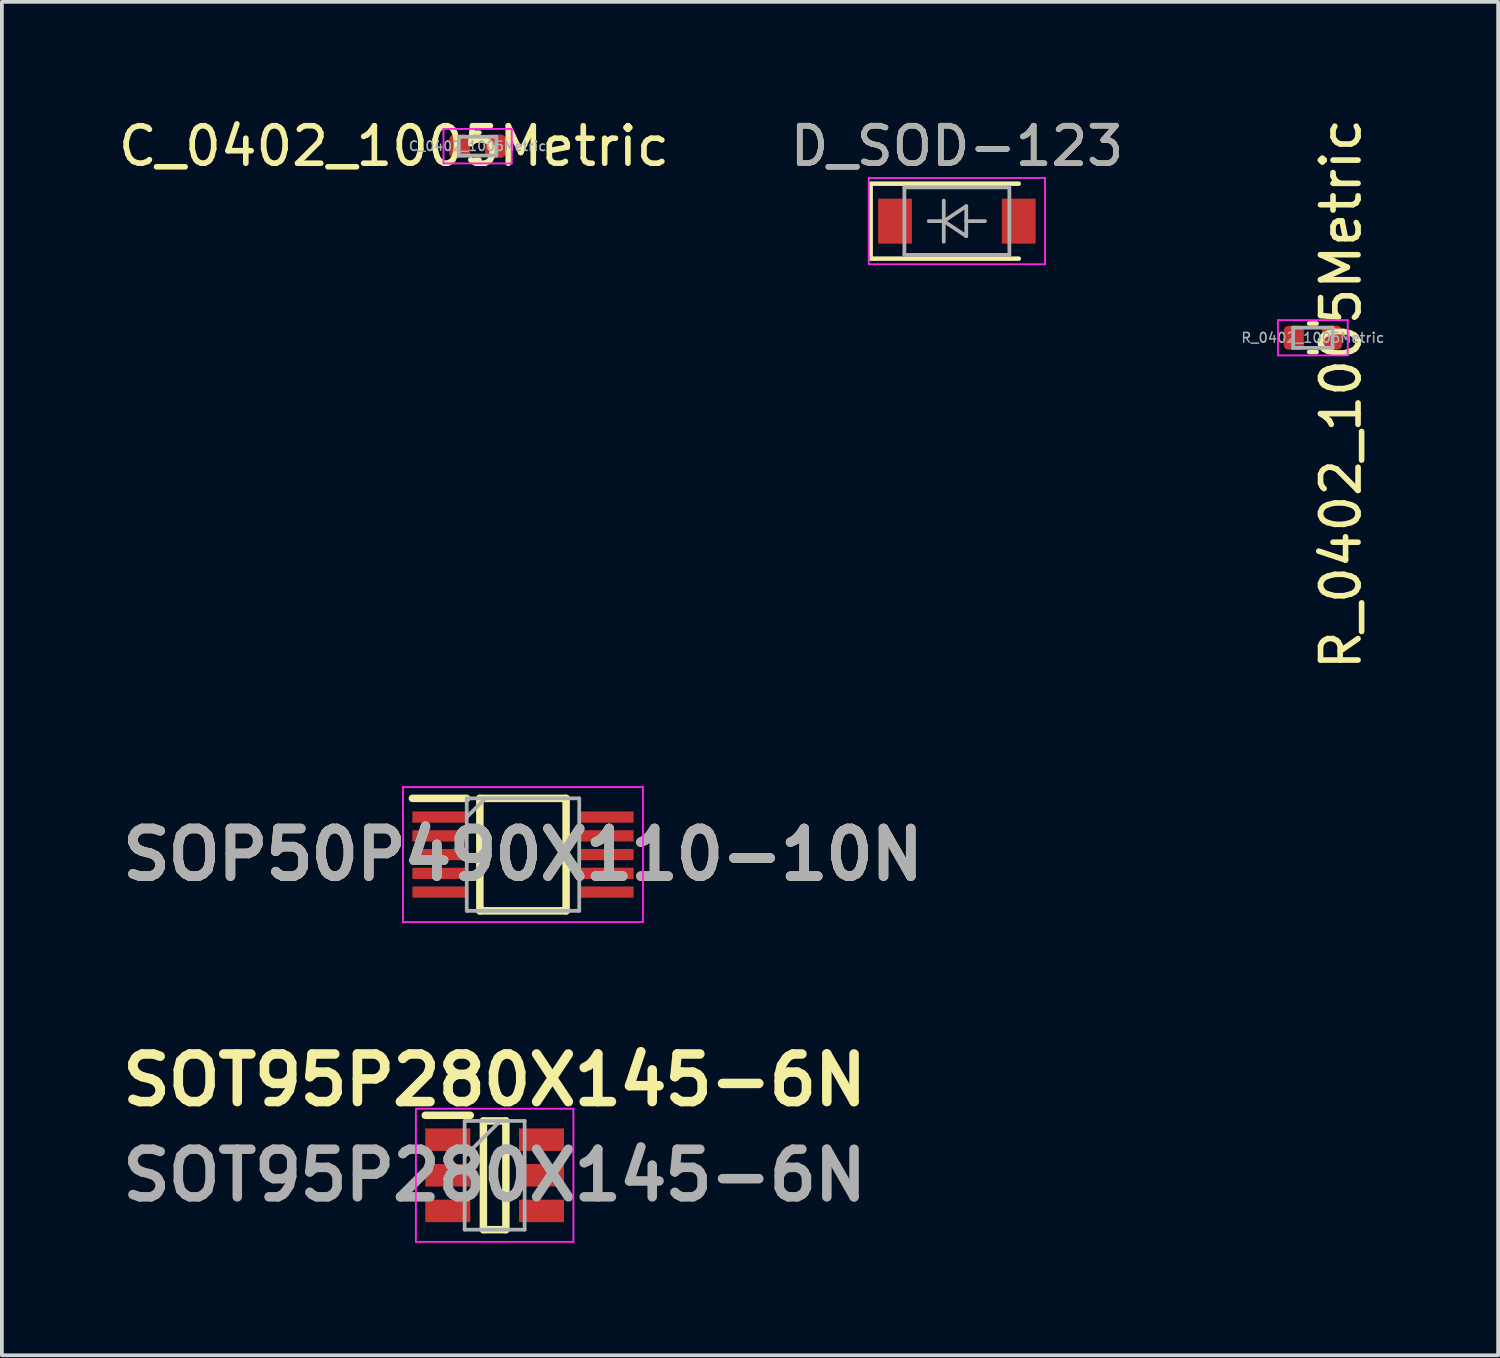
<source format=kicad_pcb>
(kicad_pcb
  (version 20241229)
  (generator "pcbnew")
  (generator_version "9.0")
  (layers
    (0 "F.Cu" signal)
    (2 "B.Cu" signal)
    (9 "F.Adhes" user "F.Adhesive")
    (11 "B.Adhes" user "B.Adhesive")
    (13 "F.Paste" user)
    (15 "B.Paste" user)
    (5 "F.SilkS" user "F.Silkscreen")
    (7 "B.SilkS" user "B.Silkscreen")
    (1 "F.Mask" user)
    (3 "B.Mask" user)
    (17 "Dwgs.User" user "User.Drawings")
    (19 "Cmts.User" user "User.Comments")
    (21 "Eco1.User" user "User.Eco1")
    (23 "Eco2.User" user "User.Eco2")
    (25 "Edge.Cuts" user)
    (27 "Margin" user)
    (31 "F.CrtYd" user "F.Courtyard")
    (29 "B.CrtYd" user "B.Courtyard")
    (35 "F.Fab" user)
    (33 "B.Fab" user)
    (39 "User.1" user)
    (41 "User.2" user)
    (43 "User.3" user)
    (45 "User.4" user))
  (footprint "SOT95P280X145-6N"
    (layer "F.Cu")
    (at 10.142 28.295)
    (property "Reference" "SOT95P280X145-6N" (at 0 -2.54 0) (layer "F.SilkS") (effects (font (size 1.27 1.27) (thickness 0.254))))
    (attr smd)
    (fp_line (start -1.85 -1.6) (end -0.65 -1.6) (stroke (width 0.2) (type solid)) (layer "F.SilkS"))
    (fp_line (start -0.3 -1.45) (end 0.3 -1.45) (stroke (width 0.2) (type solid)) (layer "F.SilkS"))
    (fp_line (start -0.3 1.45) (end -0.3 -1.45) (stroke (width 0.2) (type solid)) (layer "F.SilkS"))
    (fp_line (start 0.3 -1.45) (end 0.3 1.45) (stroke (width 0.2) (type solid)) (layer "F.SilkS"))
    (fp_line (start 0.3 1.45) (end -0.3 1.45) (stroke (width 0.2) (type solid)) (layer "F.SilkS"))
    (fp_line (start -2.1 -1.775) (end 2.1 -1.775) (stroke (width 0.05) (type solid)) (layer "F.CrtYd"))
    (fp_line (start -2.1 1.775) (end -2.1 -1.775) (stroke (width 0.05) (type solid)) (layer "F.CrtYd"))
    (fp_line (start 2.1 -1.775) (end 2.1 1.775) (stroke (width 0.05) (type solid)) (layer "F.CrtYd"))
    (fp_line (start 2.1 1.775) (end -2.1 1.775) (stroke (width 0.05) (type solid)) (layer "F.CrtYd"))
    (fp_line (start -0.8 -1.45) (end 0.8 -1.45) (stroke (width 0.1) (type solid)) (layer "F.Fab"))
    (fp_line (start -0.8 -0.5) (end 0.15 -1.45) (stroke (width 0.1) (type solid)) (layer "F.Fab"))
    (fp_line (start -0.8 1.45) (end -0.8 -1.45) (stroke (width 0.1) (type solid)) (layer "F.Fab"))
    (fp_line (start 0.8 -1.45) (end 0.8 1.45) (stroke (width 0.1) (type solid)) (layer "F.Fab"))
    (fp_line (start 0.8 1.45) (end -0.8 1.45) (stroke (width 0.1) (type solid)) (layer "F.Fab"))
    (fp_text user "${REFERENCE}" (at 0 0 0) (layer "F.Fab") (effects (font (size 1.27 1.27) (thickness 0.254))))
    (pad "1" smd rect (at -1.25 -0.95 90) (size 0.6 1.2) (layers "F.Cu" "F.Mask" "F.Paste"))
    (pad "2" smd rect (at -1.25 0 90) (size 0.6 1.2) (layers "F.Cu" "F.Mask" "F.Paste"))
    (pad "3" smd rect (at -1.25 0.95 90) (size 0.6 1.2) (layers "F.Cu" "F.Mask" "F.Paste"))
    (pad "4" smd rect (at 1.25 0.95 90) (size 0.6 1.2) (layers "F.Cu" "F.Mask" "F.Paste"))
    (pad "5" smd rect (at 1.25 0 90) (size 0.6 1.2) (layers "F.Cu" "F.Mask" "F.Paste"))
    (pad "6" smd rect (at 1.25 -0.95 90) (size 0.6 1.2) (layers "F.Cu" "F.Mask" "F.Paste")))
  (footprint "SOP50P490X110-10N"
    (layer "F.Cu")
    (at 10.898 19.742)
    (property "Reference" "SOP50P490X110-10N" (at 0 0 0) (layer "F.SilkS") (effects (font (size 1.27 1.27) (thickness 0.254))))
    (attr smd)
    (fp_line (start -2.95 -1.5) (end -1.5 -1.5) (stroke (width 0.2) (type solid)) (layer "F.SilkS"))
    (fp_line (start -1.15 -1.5) (end 1.15 -1.5) (stroke (width 0.2) (type solid)) (layer "F.SilkS"))
    (fp_line (start -1.15 1.5) (end -1.15 -1.5) (stroke (width 0.2) (type solid)) (layer "F.SilkS"))
    (fp_line (start 1.15 -1.5) (end 1.15 1.5) (stroke (width 0.2) (type solid)) (layer "F.SilkS"))
    (fp_line (start 1.15 1.5) (end -1.15 1.5) (stroke (width 0.2) (type solid)) (layer "F.SilkS"))
    (fp_line (start -3.2 -1.8) (end 3.2 -1.8) (stroke (width 0.05) (type solid)) (layer "F.CrtYd"))
    (fp_line (start -3.2 1.8) (end -3.2 -1.8) (stroke (width 0.05) (type solid)) (layer "F.CrtYd"))
    (fp_line (start 3.2 -1.8) (end 3.2 1.8) (stroke (width 0.05) (type solid)) (layer "F.CrtYd"))
    (fp_line (start 3.2 1.8) (end -3.2 1.8) (stroke (width 0.05) (type solid)) (layer "F.CrtYd"))
    (fp_line (start -1.5 -1.5) (end 1.5 -1.5) (stroke (width 0.1) (type solid)) (layer "F.Fab"))
    (fp_line (start -1.5 -1) (end -1 -1.5) (stroke (width 0.1) (type solid)) (layer "F.Fab"))
    (fp_line (start -1.5 1.5) (end -1.5 -1.5) (stroke (width 0.1) (type solid)) (layer "F.Fab"))
    (fp_line (start 1.5 -1.5) (end 1.5 1.5) (stroke (width 0.1) (type solid)) (layer "F.Fab"))
    (fp_line (start 1.5 1.5) (end -1.5 1.5) (stroke (width 0.1) (type solid)) (layer "F.Fab"))
    (fp_text user "${REFERENCE}" (at 0 0 0) (layer "F.Fab") (effects (font (size 1.27 1.27) (thickness 0.254))))
    (pad "1" smd rect (at -2.225 -1 90) (size 0.3 1.45) (layers "F.Cu" "F.Mask" "F.Paste"))
    (pad "2" smd rect (at -2.225 -0.5 90) (size 0.3 1.45) (layers "F.Cu" "F.Mask" "F.Paste"))
    (pad "3" smd rect (at -2.225 0 90) (size 0.3 1.45) (layers "F.Cu" "F.Mask" "F.Paste"))
    (pad "4" smd rect (at -2.225 0.5 90) (size 0.3 1.45) (layers "F.Cu" "F.Mask" "F.Paste"))
    (pad "5" smd rect (at -2.225 1 90) (size 0.3 1.45) (layers "F.Cu" "F.Mask" "F.Paste"))
    (pad "6" smd rect (at 2.225 1 90) (size 0.3 1.45) (layers "F.Cu" "F.Mask" "F.Paste"))
    (pad "7" smd rect (at 2.225 0.5 90) (size 0.3 1.45) (layers "F.Cu" "F.Mask" "F.Paste"))
    (pad "8" smd rect (at 2.225 0 90) (size 0.3 1.45) (layers "F.Cu" "F.Mask" "F.Paste"))
    (pad "9" smd rect (at 2.225 -0.5 90) (size 0.3 1.45) (layers "F.Cu" "F.Mask" "F.Paste"))
    (pad "10" smd rect (at 2.225 -1 90) (size 0.3 1.45) (layers "F.Cu" "F.Mask" "F.Paste")))
  (footprint "D_SOD-123"
    (layer "F.Cu")
    (at 22.47 2.848)
    (property "Reference" "D_SOD-123" (at 0 -2 180) (layer "F.SilkS") (effects (font (size 1 1) (thickness 0.15))))
    (attr smd)
    (fp_line (start -2.3 -1) (end -2.3 1) (stroke (width 0.12) (type solid)) (layer "F.SilkS"))
    (fp_line (start -2.25 -1) (end 1.65 -1) (stroke (width 0.12) (type solid)) (layer "F.SilkS"))
    (fp_line (start -2.25 1) (end 1.65 1) (stroke (width 0.12) (type solid)) (layer "F.SilkS"))
    (fp_line (start -2.35 -1.15) (end -2.35 1.15) (stroke (width 0.05) (type solid)) (layer "F.CrtYd"))
    (fp_line (start -2.35 -1.15) (end 2.35 -1.15) (stroke (width 0.05) (type solid)) (layer "F.CrtYd"))
    (fp_line (start 2.35 -1.15) (end 2.35 1.15) (stroke (width 0.05) (type solid)) (layer "F.CrtYd"))
    (fp_line (start 2.35 1.15) (end -2.35 1.15) (stroke (width 0.05) (type solid)) (layer "F.CrtYd"))
    (fp_line (start -1.4 -0.9) (end 1.4 -0.9) (stroke (width 0.1) (type solid)) (layer "F.Fab"))
    (fp_line (start -1.4 0.9) (end -1.4 -0.9) (stroke (width 0.1) (type solid)) (layer "F.Fab"))
    (fp_line (start -0.75 0) (end -0.35 0) (stroke (width 0.1) (type solid)) (layer "F.Fab"))
    (fp_line (start -0.35 0) (end -0.35 -0.55) (stroke (width 0.1) (type solid)) (layer "F.Fab"))
    (fp_line (start -0.35 0) (end -0.35 0.55) (stroke (width 0.1) (type solid)) (layer "F.Fab"))
    (fp_line (start -0.35 0) (end 0.25 -0.4) (stroke (width 0.1) (type solid)) (layer "F.Fab"))
    (fp_line (start 0.25 -0.4) (end 0.25 0.4) (stroke (width 0.1) (type solid)) (layer "F.Fab"))
    (fp_line (start 0.25 0) (end 0.75 0) (stroke (width 0.1) (type solid)) (layer "F.Fab"))
    (fp_line (start 0.25 0.4) (end -0.35 0) (stroke (width 0.1) (type solid)) (layer "F.Fab"))
    (fp_line (start 1.4 -0.9) (end 1.4 0.9) (stroke (width 0.1) (type solid)) (layer "F.Fab"))
    (fp_line (start 1.4 0.9) (end -1.4 0.9) (stroke (width 0.1) (type solid)) (layer "F.Fab"))
    (fp_text user "${REFERENCE}" (at 0 -2 180) (layer "F.Fab") (effects (font (size 1 1) (thickness 0.15))))
    (pad "1" smd rect (at -1.65 0) (size 0.9 1.2) (layers "F.Cu" "F.Mask" "F.Paste"))
    (pad "2" smd rect (at 1.65 0) (size 0.9 1.2) (layers "F.Cu" "F.Mask" "F.Paste")))
  (footprint "C_0402_1005Metric"
    (layer "F.Cu")
    (at 9.688 0.848)
    (property "Reference" "C_0402_1005Metric" (at -2.23 0 0) (layer "F.SilkS") (effects (font (size 1 1) (thickness 0.15))))
    (attr smd)
    (fp_line (start -0.075 0.36) (end 0.05 0.36) (stroke (width 0.12) (type solid)) (layer "F.SilkS"))
    (fp_line (start -0.05 -0.36) (end 0.05 -0.36) (stroke (width 0.12) (type solid)) (layer "F.SilkS"))
    (fp_line (start -0.91 -0.46) (end 0.91 -0.46) (stroke (width 0.05) (type solid)) (layer "F.CrtYd"))
    (fp_line (start -0.91 0.46) (end -0.91 -0.46) (stroke (width 0.05) (type solid)) (layer "F.CrtYd"))
    (fp_line (start 0.91 -0.46) (end 0.91 0.46) (stroke (width 0.05) (type solid)) (layer "F.CrtYd"))
    (fp_line (start 0.91 0.46) (end -0.91 0.46) (stroke (width 0.05) (type solid)) (layer "F.CrtYd"))
    (fp_line (start -0.5 -0.25) (end 0.5 -0.25) (stroke (width 0.1) (type solid)) (layer "F.Fab"))
    (fp_line (start -0.5 0.25) (end -0.5 -0.25) (stroke (width 0.1) (type solid)) (layer "F.Fab"))
    (fp_line (start 0.5 -0.25) (end 0.5 0.25) (stroke (width 0.1) (type solid)) (layer "F.Fab"))
    (fp_line (start 0.5 0.25) (end -0.5 0.25) (stroke (width 0.1) (type solid)) (layer "F.Fab"))
    (fp_text user "${REFERENCE}" (at 0 0 0) (layer "F.Fab") (effects (font (size 0.25 0.25) (thickness 0.04))))
    (pad "1" smd roundrect (at -0.48 0) (size 0.56 0.62) (layers "F.Cu" "F.Mask" "F.Paste") (roundrect_rratio 0.25))
    (pad "2" smd roundrect (at 0.48 0) (size 0.56 0.62) (layers "F.Cu" "F.Mask" "F.Paste") (roundrect_rratio 0.25)))
  (footprint "R_0402_1005Metric"
    (layer "F.Cu")
    (at 31.964 5.958)
    (property "Reference" "R_0402_1005Metric" (at 0.75 1.5 90) (layer "F.SilkS") (effects (font (size 1 1) (thickness 0.15))))
    (attr smd)
    (fp_line (start -0.1 -0.38) (end 0.1 -0.38) (stroke (width 0.12) (type solid)) (layer "F.SilkS"))
    (fp_line (start -0.1 0.38) (end 0.1 0.38) (stroke (width 0.12) (type solid)) (layer "F.SilkS"))
    (fp_line (start -0.93 -0.47) (end 0.93 -0.47) (stroke (width 0.05) (type solid)) (layer "F.CrtYd"))
    (fp_line (start -0.93 0.47) (end -0.93 -0.47) (stroke (width 0.05) (type solid)) (layer "F.CrtYd"))
    (fp_line (start 0.93 -0.47) (end 0.93 0.47) (stroke (width 0.05) (type solid)) (layer "F.CrtYd"))
    (fp_line (start 0.93 0.47) (end -0.93 0.47) (stroke (width 0.05) (type solid)) (layer "F.CrtYd"))
    (fp_line (start -0.525 -0.27) (end 0.525 -0.27) (stroke (width 0.1) (type solid)) (layer "F.Fab"))
    (fp_line (start -0.525 0.27) (end -0.525 -0.27) (stroke (width 0.1) (type solid)) (layer "F.Fab"))
    (fp_line (start 0.525 -0.27) (end 0.525 0.27) (stroke (width 0.1) (type solid)) (layer "F.Fab"))
    (fp_line (start 0.525 0.27) (end -0.525 0.27) (stroke (width 0.1) (type solid)) (layer "F.Fab"))
    (fp_text user "${REFERENCE}" (at 0 0 0) (layer "F.Fab") (effects (font (size 0.26 0.26) (thickness 0.04))))
    (pad "1" smd roundrect (at -0.51 0) (size 0.54 0.64) (layers "F.Cu" "F.Mask" "F.Paste") (roundrect_rratio 0.25))
    (pad "2" smd roundrect (at 0.51 0) (size 0.54 0.64) (layers "F.Cu" "F.Mask" "F.Paste") (roundrect_rratio 0.25)))
  (gr_rect
    (start -3 -3)
    (end 36.905 33.095)
    (stroke (width 0.1) (type default))
    (fill no)
    (layer "Edge.Cuts")))
</source>
